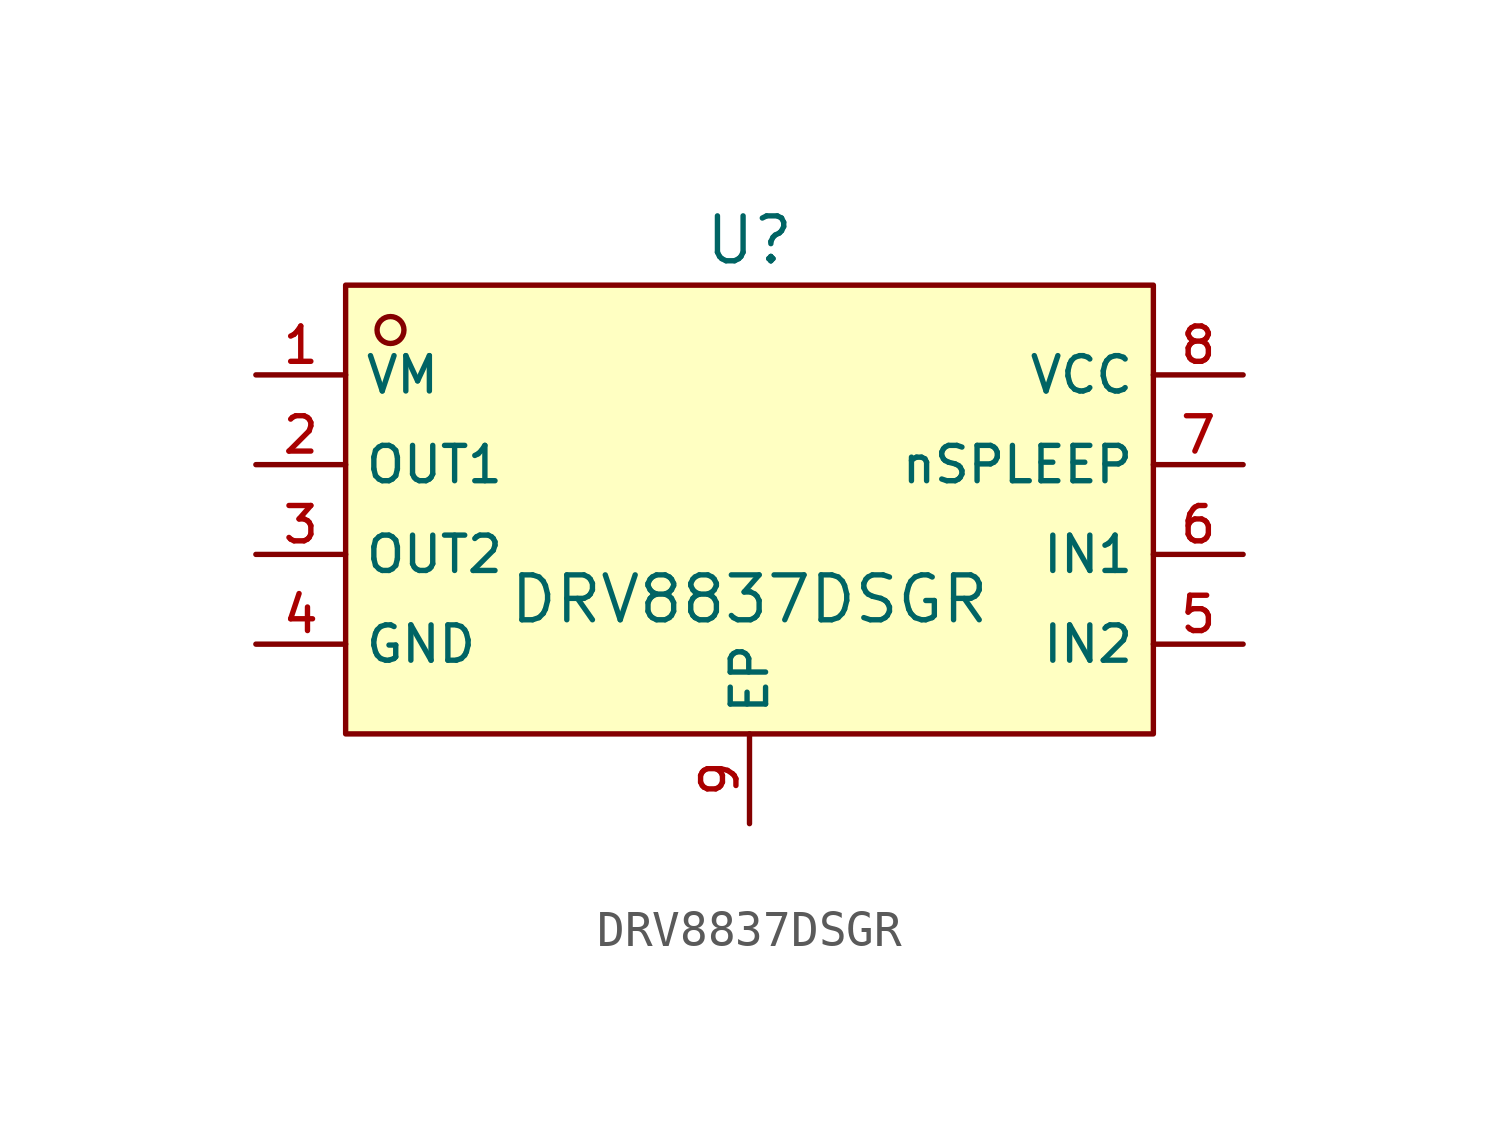
<source format=kicad_sym>
(kicad_symbol_lib
  (version 20220914)
  (generator kicad_symbol_editor)
  (symbol "DRV8837DSGR"
    (property "Reference" "U"
      (at 0 7.62 0)
      (effects (font (size 1.27 1.27))))
    (property "Value" "DRV8837DSGR"
      (at 0 -2.54 0)
      (effects (font (size 1.27 1.27))))
    (symbol "DRV8837DSGR_0_1"
      (rectangle (start -11.43 6.35) (end 11.43 -6.35) (stroke (width 0) (type default)) (fill (type background)))
      (circle (center -10.16 5.08) (radius 0.381) (stroke (width 0) (type default)) (fill (type background)))
      (pin power_in line (at -13.97 3.81 0) (length 2.54) (name "VM" (effects (font (size 1 1)))) (number "1" (effects (font (size 1 1)))))
      (pin power_out line (at -13.97 1.27 0) (length 2.54) (name "OUT1" (effects (font (size 1 1)))) (number "2" (effects (font (size 1 1)))))
      (pin power_out line (at -13.97 -1.27 0) (length 2.54) (name "OUT2" (effects (font (size 1 1)))) (number "3" (effects (font (size 1 1)))))
      (pin power_in line (at -13.97 -3.81 0) (length 2.54) (name "GND" (effects (font (size 1 1)))) (number "4" (effects (font (size 1 1)))))
      (pin input line (at 13.97 -3.81 180) (length 2.54) (name "IN2" (effects (font (size 1 1)))) (number "5" (effects (font (size 1 1)))))
      (pin input line (at 13.97 -1.27 180) (length 2.54) (name "IN1" (effects (font (size 1 1)))) (number "6" (effects (font (size 1 1)))))
      (pin input line (at 13.97 1.27 180) (length 2.54) (name "nSPLEEP" (effects (font (size 1 1)))) (number "7" (effects (font (size 1 1)))))
      (pin power_in line (at 13.97 3.81 180) (length 2.54) (name "VCC" (effects (font (size 1 1)))) (number "8" (effects (font (size 1 1)))))
      (pin power_in line (at 0 -8.89 90) (length 2.54) (name "EP" (effects (font (size 1 1)))) (number "9" (effects (font (size 1 1))))))))
</source>
